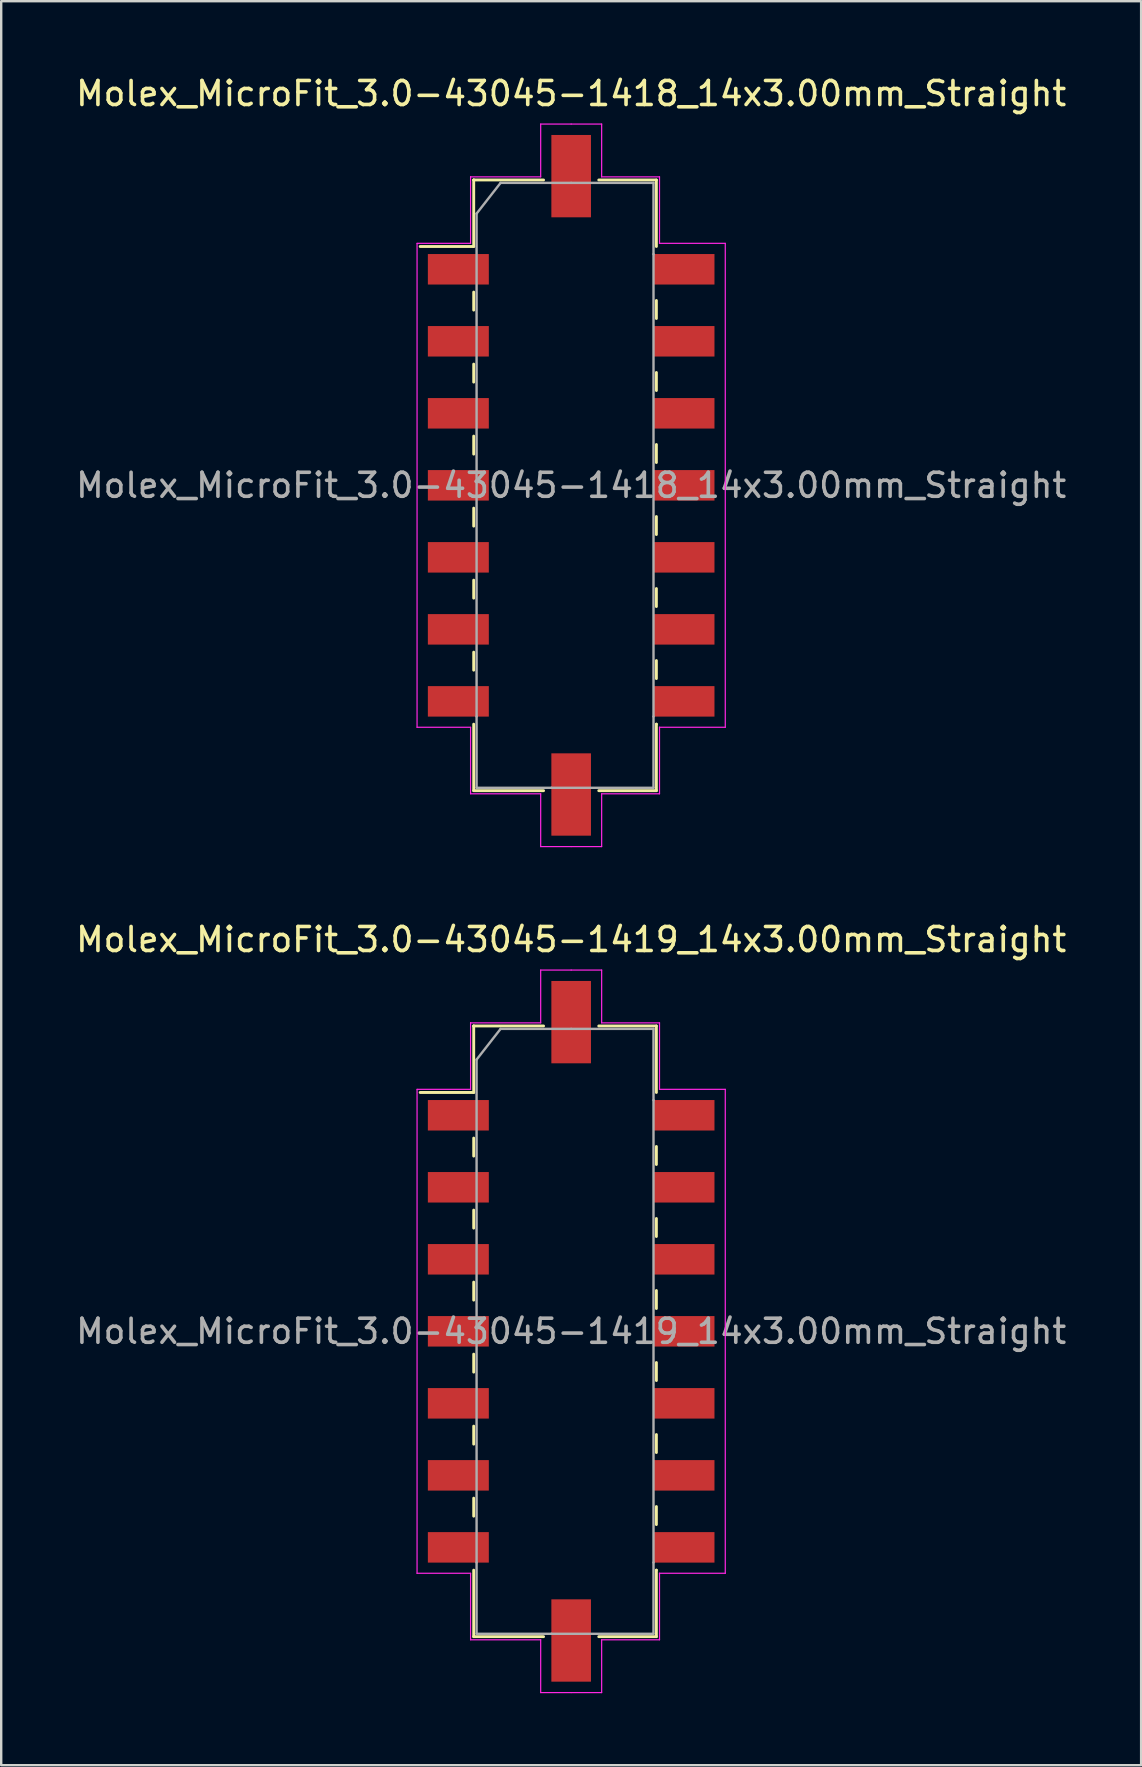
<source format=kicad_pcb>
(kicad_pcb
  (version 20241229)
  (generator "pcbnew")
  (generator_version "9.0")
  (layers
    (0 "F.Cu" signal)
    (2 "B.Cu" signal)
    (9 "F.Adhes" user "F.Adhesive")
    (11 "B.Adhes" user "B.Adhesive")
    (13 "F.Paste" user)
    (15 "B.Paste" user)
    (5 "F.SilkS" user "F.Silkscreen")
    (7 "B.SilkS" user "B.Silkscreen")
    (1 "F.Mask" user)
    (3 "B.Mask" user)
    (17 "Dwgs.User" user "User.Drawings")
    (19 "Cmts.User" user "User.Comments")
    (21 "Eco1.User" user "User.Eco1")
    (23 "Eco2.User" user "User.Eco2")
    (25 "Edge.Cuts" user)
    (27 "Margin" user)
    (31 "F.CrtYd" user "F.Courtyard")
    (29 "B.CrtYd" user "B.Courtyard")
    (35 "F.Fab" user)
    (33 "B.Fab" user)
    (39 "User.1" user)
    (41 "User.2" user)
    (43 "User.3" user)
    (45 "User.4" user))
  (footprint "Molex_MicroFit_3.0-43045-1418_14x3.00mm_Straight"
    (layer "F.Cu")
    (at 20.744 17.168)
    (property "Reference" "Molex_MicroFit_3.0-43045-1418_14x3.00mm_Straight" (at 0 -16.32 0) (layer "F.SilkS") (effects (font (size 1 1) (thickness 0.15))))
    (attr smd)
    (fp_line (start -6.29 -9.95) (end -4.06 -9.95) (stroke (width 0.12) (type solid)) (layer "F.SilkS"))
    (fp_line (start -4.06 -12.72) (end -4.06 -12.72) (stroke (width 0.12) (type solid)) (layer "F.SilkS"))
    (fp_line (start -4.06 -12.72) (end -1.15 -12.72) (stroke (width 0.12) (type solid)) (layer "F.SilkS"))
    (fp_line (start -4.06 -9.95) (end -4.06 -12.72) (stroke (width 0.12) (type solid)) (layer "F.SilkS"))
    (fp_line (start -4.06 -8.05) (end -4.06 -7.3) (stroke (width 0.12) (type solid)) (layer "F.SilkS"))
    (fp_line (start -4.06 -5.05) (end -4.06 -4.3) (stroke (width 0.12) (type solid)) (layer "F.SilkS"))
    (fp_line (start -4.06 -2.05) (end -4.06 -1.3) (stroke (width 0.12) (type solid)) (layer "F.SilkS"))
    (fp_line (start -4.06 0.95) (end -4.06 1.7) (stroke (width 0.12) (type solid)) (layer "F.SilkS"))
    (fp_line (start -4.06 3.95) (end -4.06 4.7) (stroke (width 0.12) (type solid)) (layer "F.SilkS"))
    (fp_line (start -4.06 6.95) (end -4.06 7.7) (stroke (width 0.12) (type solid)) (layer "F.SilkS"))
    (fp_line (start -4.06 12.72) (end -4.06 9.95) (stroke (width 0.12) (type solid)) (layer "F.SilkS"))
    (fp_line (start -1.15 12.72) (end -4.06 12.72) (stroke (width 0.12) (type solid)) (layer "F.SilkS"))
    (fp_line (start 1.15 -12.72) (end 3.55 -12.72) (stroke (width 0.12) (type solid)) (layer "F.SilkS"))
    (fp_line (start 3.55 -12.72) (end 3.55 -9.95) (stroke (width 0.12) (type solid)) (layer "F.SilkS"))
    (fp_line (start 3.55 -6.95) (end 3.55 -7.7) (stroke (width 0.12) (type solid)) (layer "F.SilkS"))
    (fp_line (start 3.55 -3.95) (end 3.55 -4.7) (stroke (width 0.12) (type solid)) (layer "F.SilkS"))
    (fp_line (start 3.55 -0.95) (end 3.55 -1.7) (stroke (width 0.12) (type solid)) (layer "F.SilkS"))
    (fp_line (start 3.55 2.05) (end 3.55 1.3) (stroke (width 0.12) (type solid)) (layer "F.SilkS"))
    (fp_line (start 3.55 5.05) (end 3.55 4.3) (stroke (width 0.12) (type solid)) (layer "F.SilkS"))
    (fp_line (start 3.55 8.05) (end 3.55 7.3) (stroke (width 0.12) (type solid)) (layer "F.SilkS"))
    (fp_line (start 3.55 9.95) (end 3.55 9.95) (stroke (width 0.12) (type solid)) (layer "F.SilkS"))
    (fp_line (start 3.55 9.95) (end 3.55 12.72) (stroke (width 0.12) (type solid)) (layer "F.SilkS"))
    (fp_line (start 3.55 12.72) (end 1.15 12.72) (stroke (width 0.12) (type solid)) (layer "F.SilkS"))
    (fp_line (start -6.42 -10.08) (end -4.19 -10.08) (stroke (width 0.05) (type solid)) (layer "F.CrtYd"))
    (fp_line (start -6.42 10.08) (end -6.42 -10.08) (stroke (width 0.05) (type solid)) (layer "F.CrtYd"))
    (fp_line (start -4.19 -12.85) (end -4.19 -12.85) (stroke (width 0.05) (type solid)) (layer "F.CrtYd"))
    (fp_line (start -4.19 -12.85) (end -1.27 -12.85) (stroke (width 0.05) (type solid)) (layer "F.CrtYd"))
    (fp_line (start -4.19 -10.08) (end -4.19 -12.85) (stroke (width 0.05) (type solid)) (layer "F.CrtYd"))
    (fp_line (start -4.19 10.08) (end -6.42 10.08) (stroke (width 0.05) (type solid)) (layer "F.CrtYd"))
    (fp_line (start -4.19 12.85) (end -4.19 10.08) (stroke (width 0.05) (type solid)) (layer "F.CrtYd"))
    (fp_line (start -1.27 -15.05) (end 0 -15.05) (stroke (width 0.05) (type solid)) (layer "F.CrtYd"))
    (fp_line (start -1.27 -12.85) (end -1.27 -15.05) (stroke (width 0.05) (type solid)) (layer "F.CrtYd"))
    (fp_line (start -1.27 12.85) (end -4.19 12.85) (stroke (width 0.05) (type solid)) (layer "F.CrtYd"))
    (fp_line (start -1.27 15.05) (end -1.27 12.85) (stroke (width 0.05) (type solid)) (layer "F.CrtYd"))
    (fp_line (start 0 -15.05) (end 1.27 -15.05) (stroke (width 0.05) (type solid)) (layer "F.CrtYd"))
    (fp_line (start 0 15.05) (end -1.27 15.05) (stroke (width 0.05) (type solid)) (layer "F.CrtYd"))
    (fp_line (start 1.27 -15.05) (end 1.27 -12.85) (stroke (width 0.05) (type solid)) (layer "F.CrtYd"))
    (fp_line (start 1.27 -12.85) (end 3.68 -12.85) (stroke (width 0.05) (type solid)) (layer "F.CrtYd"))
    (fp_line (start 1.27 12.85) (end 1.27 15.05) (stroke (width 0.05) (type solid)) (layer "F.CrtYd"))
    (fp_line (start 1.27 15.05) (end 0 15.05) (stroke (width 0.05) (type solid)) (layer "F.CrtYd"))
    (fp_line (start 3.68 -12.85) (end 3.68 -10.08) (stroke (width 0.05) (type solid)) (layer "F.CrtYd"))
    (fp_line (start 3.68 -10.08) (end 6.42 -10.08) (stroke (width 0.05) (type solid)) (layer "F.CrtYd"))
    (fp_line (start 3.68 10.08) (end 3.68 10.08) (stroke (width 0.05) (type solid)) (layer "F.CrtYd"))
    (fp_line (start 3.68 10.08) (end 3.68 12.85) (stroke (width 0.05) (type solid)) (layer "F.CrtYd"))
    (fp_line (start 3.68 12.85) (end 1.27 12.85) (stroke (width 0.05) (type solid)) (layer "F.CrtYd"))
    (fp_line (start 6.42 -10.08) (end 6.42 10.08) (stroke (width 0.05) (type solid)) (layer "F.CrtYd"))
    (fp_line (start 6.42 10.08) (end 3.68 10.08) (stroke (width 0.05) (type solid)) (layer "F.CrtYd"))
    (fp_line (start -3.94 -11.32) (end -2.94 -12.6) (stroke (width 0.1) (type solid)) (layer "F.Fab"))
    (fp_line (start -3.94 9.63) (end -3.94 -11.32) (stroke (width 0.1) (type solid)) (layer "F.Fab"))
    (fp_line (start -3.94 12.6) (end -3.94 9.63) (stroke (width 0.1) (type solid)) (layer "F.Fab"))
    (fp_line (start -2.94 -12.6) (end 0 -12.6) (stroke (width 0.1) (type solid)) (layer "F.Fab"))
    (fp_line (start -0.82 12.6) (end -3.94 12.6) (stroke (width 0.1) (type solid)) (layer "F.Fab"))
    (fp_line (start 0 -12.6) (end 3.43 -12.6) (stroke (width 0.1) (type solid)) (layer "F.Fab"))
    (fp_line (start 3.43 -12.6) (end 3.43 -9.63) (stroke (width 0.1) (type solid)) (layer "F.Fab"))
    (fp_line (start 3.43 -9.63) (end 3.43 9.63) (stroke (width 0.1) (type solid)) (layer "F.Fab"))
    (fp_line (start 3.43 9.63) (end 3.43 12.6) (stroke (width 0.1) (type solid)) (layer "F.Fab"))
    (fp_line (start 3.43 12.6) (end -0.82 12.6) (stroke (width 0.1) (type solid)) (layer "F.Fab"))
    (fp_text user "${REFERENCE}" (at 0 0 0) (layer "F.Fab") (effects (font (size 1 1) (thickness 0.15))))
    (pad "" smd rect (at 0 -12.88) (size 1.65 3.43) (layers "F.Cu" "F.Mask" "F.Paste"))
    (pad "" smd rect (at 0 12.88) (size 1.65 3.43) (layers "F.Cu" "F.Mask" "F.Paste"))
    (pad "1" smd rect (at -4.7 -9) (size 2.54 1.27) (layers "F.Cu" "F.Mask" "F.Paste"))
    (pad "2" smd rect (at -4.7 -6) (size 2.54 1.27) (layers "F.Cu" "F.Mask" "F.Paste"))
    (pad "3" smd rect (at -4.7 -3) (size 2.54 1.27) (layers "F.Cu" "F.Mask" "F.Paste"))
    (pad "4" smd rect (at -4.7 0) (size 2.54 1.27) (layers "F.Cu" "F.Mask" "F.Paste"))
    (pad "5" smd rect (at -4.7 3) (size 2.54 1.27) (layers "F.Cu" "F.Mask" "F.Paste"))
    (pad "6" smd rect (at -4.7 6) (size 2.54 1.27) (layers "F.Cu" "F.Mask" "F.Paste"))
    (pad "7" smd rect (at -4.7 9) (size 2.54 1.27) (layers "F.Cu" "F.Mask" "F.Paste"))
    (pad "8" smd rect (at 4.7 9) (size 2.54 1.27) (layers "F.Cu" "F.Mask" "F.Paste"))
    (pad "9" smd rect (at 4.7 6) (size 2.54 1.27) (layers "F.Cu" "F.Mask" "F.Paste"))
    (pad "10" smd rect (at 4.7 3) (size 2.54 1.27) (layers "F.Cu" "F.Mask" "F.Paste"))
    (pad "11" smd rect (at 4.7 0) (size 2.54 1.27) (layers "F.Cu" "F.Mask" "F.Paste"))
    (pad "12" smd rect (at 4.7 -3) (size 2.54 1.27) (layers "F.Cu" "F.Mask" "F.Paste"))
    (pad "13" smd rect (at 4.7 -6) (size 2.54 1.27) (layers "F.Cu" "F.Mask" "F.Paste"))
    (pad "14" smd rect (at 4.7 -9) (size 2.54 1.27) (layers "F.Cu" "F.Mask" "F.Paste")))
  (footprint "Molex_MicroFit_3.0-43045-1419_14x3.00mm_Straight"
    (layer "F.Cu")
    (at 20.744 52.411)
    (property "Reference" "Molex_MicroFit_3.0-43045-1419_14x3.00mm_Straight" (at 0 -16.32 0) (layer "F.SilkS") (effects (font (size 1 1) (thickness 0.15))))
    (attr smd)
    (fp_line (start -6.29 -9.95) (end -4.06 -9.95) (stroke (width 0.12) (type solid)) (layer "F.SilkS"))
    (fp_line (start -4.06 -12.72) (end -4.06 -12.72) (stroke (width 0.12) (type solid)) (layer "F.SilkS"))
    (fp_line (start -4.06 -12.72) (end -1.15 -12.72) (stroke (width 0.12) (type solid)) (layer "F.SilkS"))
    (fp_line (start -4.06 -9.95) (end -4.06 -12.72) (stroke (width 0.12) (type solid)) (layer "F.SilkS"))
    (fp_line (start -4.06 -8.05) (end -4.06 -7.3) (stroke (width 0.12) (type solid)) (layer "F.SilkS"))
    (fp_line (start -4.06 -5.05) (end -4.06 -4.3) (stroke (width 0.12) (type solid)) (layer "F.SilkS"))
    (fp_line (start -4.06 -2.05) (end -4.06 -1.3) (stroke (width 0.12) (type solid)) (layer "F.SilkS"))
    (fp_line (start -4.06 0.95) (end -4.06 1.7) (stroke (width 0.12) (type solid)) (layer "F.SilkS"))
    (fp_line (start -4.06 3.95) (end -4.06 4.7) (stroke (width 0.12) (type solid)) (layer "F.SilkS"))
    (fp_line (start -4.06 6.95) (end -4.06 7.7) (stroke (width 0.12) (type solid)) (layer "F.SilkS"))
    (fp_line (start -4.06 12.72) (end -4.06 9.95) (stroke (width 0.12) (type solid)) (layer "F.SilkS"))
    (fp_line (start -1.15 12.72) (end -4.06 12.72) (stroke (width 0.12) (type solid)) (layer "F.SilkS"))
    (fp_line (start 1.15 -12.72) (end 3.55 -12.72) (stroke (width 0.12) (type solid)) (layer "F.SilkS"))
    (fp_line (start 3.55 -12.72) (end 3.55 -9.95) (stroke (width 0.12) (type solid)) (layer "F.SilkS"))
    (fp_line (start 3.55 -6.95) (end 3.55 -7.7) (stroke (width 0.12) (type solid)) (layer "F.SilkS"))
    (fp_line (start 3.55 -3.95) (end 3.55 -4.7) (stroke (width 0.12) (type solid)) (layer "F.SilkS"))
    (fp_line (start 3.55 -0.95) (end 3.55 -1.7) (stroke (width 0.12) (type solid)) (layer "F.SilkS"))
    (fp_line (start 3.55 2.05) (end 3.55 1.3) (stroke (width 0.12) (type solid)) (layer "F.SilkS"))
    (fp_line (start 3.55 5.05) (end 3.55 4.3) (stroke (width 0.12) (type solid)) (layer "F.SilkS"))
    (fp_line (start 3.55 8.05) (end 3.55 7.3) (stroke (width 0.12) (type solid)) (layer "F.SilkS"))
    (fp_line (start 3.55 9.95) (end 3.55 9.95) (stroke (width 0.12) (type solid)) (layer "F.SilkS"))
    (fp_line (start 3.55 9.95) (end 3.55 12.72) (stroke (width 0.12) (type solid)) (layer "F.SilkS"))
    (fp_line (start 3.55 12.72) (end 1.15 12.72) (stroke (width 0.12) (type solid)) (layer "F.SilkS"))
    (fp_line (start -6.42 -10.08) (end -4.19 -10.08) (stroke (width 0.05) (type solid)) (layer "F.CrtYd"))
    (fp_line (start -6.42 10.08) (end -6.42 -10.08) (stroke (width 0.05) (type solid)) (layer "F.CrtYd"))
    (fp_line (start -4.19 -12.85) (end -4.19 -12.85) (stroke (width 0.05) (type solid)) (layer "F.CrtYd"))
    (fp_line (start -4.19 -12.85) (end -1.27 -12.85) (stroke (width 0.05) (type solid)) (layer "F.CrtYd"))
    (fp_line (start -4.19 -10.08) (end -4.19 -12.85) (stroke (width 0.05) (type solid)) (layer "F.CrtYd"))
    (fp_line (start -4.19 10.08) (end -6.42 10.08) (stroke (width 0.05) (type solid)) (layer "F.CrtYd"))
    (fp_line (start -4.19 12.85) (end -4.19 10.08) (stroke (width 0.05) (type solid)) (layer "F.CrtYd"))
    (fp_line (start -1.27 -15.05) (end 0 -15.05) (stroke (width 0.05) (type solid)) (layer "F.CrtYd"))
    (fp_line (start -1.27 -12.85) (end -1.27 -15.05) (stroke (width 0.05) (type solid)) (layer "F.CrtYd"))
    (fp_line (start -1.27 12.85) (end -4.19 12.85) (stroke (width 0.05) (type solid)) (layer "F.CrtYd"))
    (fp_line (start -1.27 15.05) (end -1.27 12.85) (stroke (width 0.05) (type solid)) (layer "F.CrtYd"))
    (fp_line (start 0 -15.05) (end 1.27 -15.05) (stroke (width 0.05) (type solid)) (layer "F.CrtYd"))
    (fp_line (start 0 15.05) (end -1.27 15.05) (stroke (width 0.05) (type solid)) (layer "F.CrtYd"))
    (fp_line (start 1.27 -15.05) (end 1.27 -12.85) (stroke (width 0.05) (type solid)) (layer "F.CrtYd"))
    (fp_line (start 1.27 -12.85) (end 3.68 -12.85) (stroke (width 0.05) (type solid)) (layer "F.CrtYd"))
    (fp_line (start 1.27 12.85) (end 1.27 15.05) (stroke (width 0.05) (type solid)) (layer "F.CrtYd"))
    (fp_line (start 1.27 15.05) (end 0 15.05) (stroke (width 0.05) (type solid)) (layer "F.CrtYd"))
    (fp_line (start 3.68 -12.85) (end 3.68 -10.08) (stroke (width 0.05) (type solid)) (layer "F.CrtYd"))
    (fp_line (start 3.68 -10.08) (end 6.42 -10.08) (stroke (width 0.05) (type solid)) (layer "F.CrtYd"))
    (fp_line (start 3.68 10.08) (end 3.68 10.08) (stroke (width 0.05) (type solid)) (layer "F.CrtYd"))
    (fp_line (start 3.68 10.08) (end 3.68 12.85) (stroke (width 0.05) (type solid)) (layer "F.CrtYd"))
    (fp_line (start 3.68 12.85) (end 1.27 12.85) (stroke (width 0.05) (type solid)) (layer "F.CrtYd"))
    (fp_line (start 6.42 -10.08) (end 6.42 10.08) (stroke (width 0.05) (type solid)) (layer "F.CrtYd"))
    (fp_line (start 6.42 10.08) (end 3.68 10.08) (stroke (width 0.05) (type solid)) (layer "F.CrtYd"))
    (fp_line (start -3.94 -11.32) (end -2.94 -12.6) (stroke (width 0.1) (type solid)) (layer "F.Fab"))
    (fp_line (start -3.94 9.63) (end -3.94 -11.32) (stroke (width 0.1) (type solid)) (layer "F.Fab"))
    (fp_line (start -3.94 12.6) (end -3.94 9.63) (stroke (width 0.1) (type solid)) (layer "F.Fab"))
    (fp_line (start -2.94 -12.6) (end 0 -12.6) (stroke (width 0.1) (type solid)) (layer "F.Fab"))
    (fp_line (start -0.82 12.6) (end -3.94 12.6) (stroke (width 0.1) (type solid)) (layer "F.Fab"))
    (fp_line (start 0 -12.6) (end 3.43 -12.6) (stroke (width 0.1) (type solid)) (layer "F.Fab"))
    (fp_line (start 3.43 -12.6) (end 3.43 -9.63) (stroke (width 0.1) (type solid)) (layer "F.Fab"))
    (fp_line (start 3.43 -9.63) (end 3.43 9.63) (stroke (width 0.1) (type solid)) (layer "F.Fab"))
    (fp_line (start 3.43 9.63) (end 3.43 12.6) (stroke (width 0.1) (type solid)) (layer "F.Fab"))
    (fp_line (start 3.43 12.6) (end -0.82 12.6) (stroke (width 0.1) (type solid)) (layer "F.Fab"))
    (fp_text user "${REFERENCE}" (at 0 0 0) (layer "F.Fab") (effects (font (size 1 1) (thickness 0.15))))
    (pad "" smd rect (at 0 -12.88) (size 1.65 3.43) (layers "F.Cu" "F.Mask" "F.Paste"))
    (pad "" smd rect (at 0 12.88) (size 1.65 3.43) (layers "F.Cu" "F.Mask" "F.Paste"))
    (pad "1" smd rect (at -4.7 -9) (size 2.54 1.27) (layers "F.Cu" "F.Mask" "F.Paste"))
    (pad "2" smd rect (at -4.7 -6) (size 2.54 1.27) (layers "F.Cu" "F.Mask" "F.Paste"))
    (pad "3" smd rect (at -4.7 -3) (size 2.54 1.27) (layers "F.Cu" "F.Mask" "F.Paste"))
    (pad "4" smd rect (at -4.7 0) (size 2.54 1.27) (layers "F.Cu" "F.Mask" "F.Paste"))
    (pad "5" smd rect (at -4.7 3) (size 2.54 1.27) (layers "F.Cu" "F.Mask" "F.Paste"))
    (pad "6" smd rect (at -4.7 6) (size 2.54 1.27) (layers "F.Cu" "F.Mask" "F.Paste"))
    (pad "7" smd rect (at -4.7 9) (size 2.54 1.27) (layers "F.Cu" "F.Mask" "F.Paste"))
    (pad "8" smd rect (at 4.7 9) (size 2.54 1.27) (layers "F.Cu" "F.Mask" "F.Paste"))
    (pad "9" smd rect (at 4.7 6) (size 2.54 1.27) (layers "F.Cu" "F.Mask" "F.Paste"))
    (pad "10" smd rect (at 4.7 3) (size 2.54 1.27) (layers "F.Cu" "F.Mask" "F.Paste"))
    (pad "11" smd rect (at 4.7 0) (size 2.54 1.27) (layers "F.Cu" "F.Mask" "F.Paste"))
    (pad "12" smd rect (at 4.7 -3) (size 2.54 1.27) (layers "F.Cu" "F.Mask" "F.Paste"))
    (pad "13" smd rect (at 4.7 -6) (size 2.54 1.27) (layers "F.Cu" "F.Mask" "F.Paste"))
    (pad "14" smd rect (at 4.7 -9) (size 2.54 1.27) (layers "F.Cu" "F.Mask" "F.Paste")))
  (gr_rect
    (start -3 -3)
    (end 44.488 70.487)
    (stroke (width 0.1) (type default))
    (fill no)
    (layer "Edge.Cuts")))
</source>
